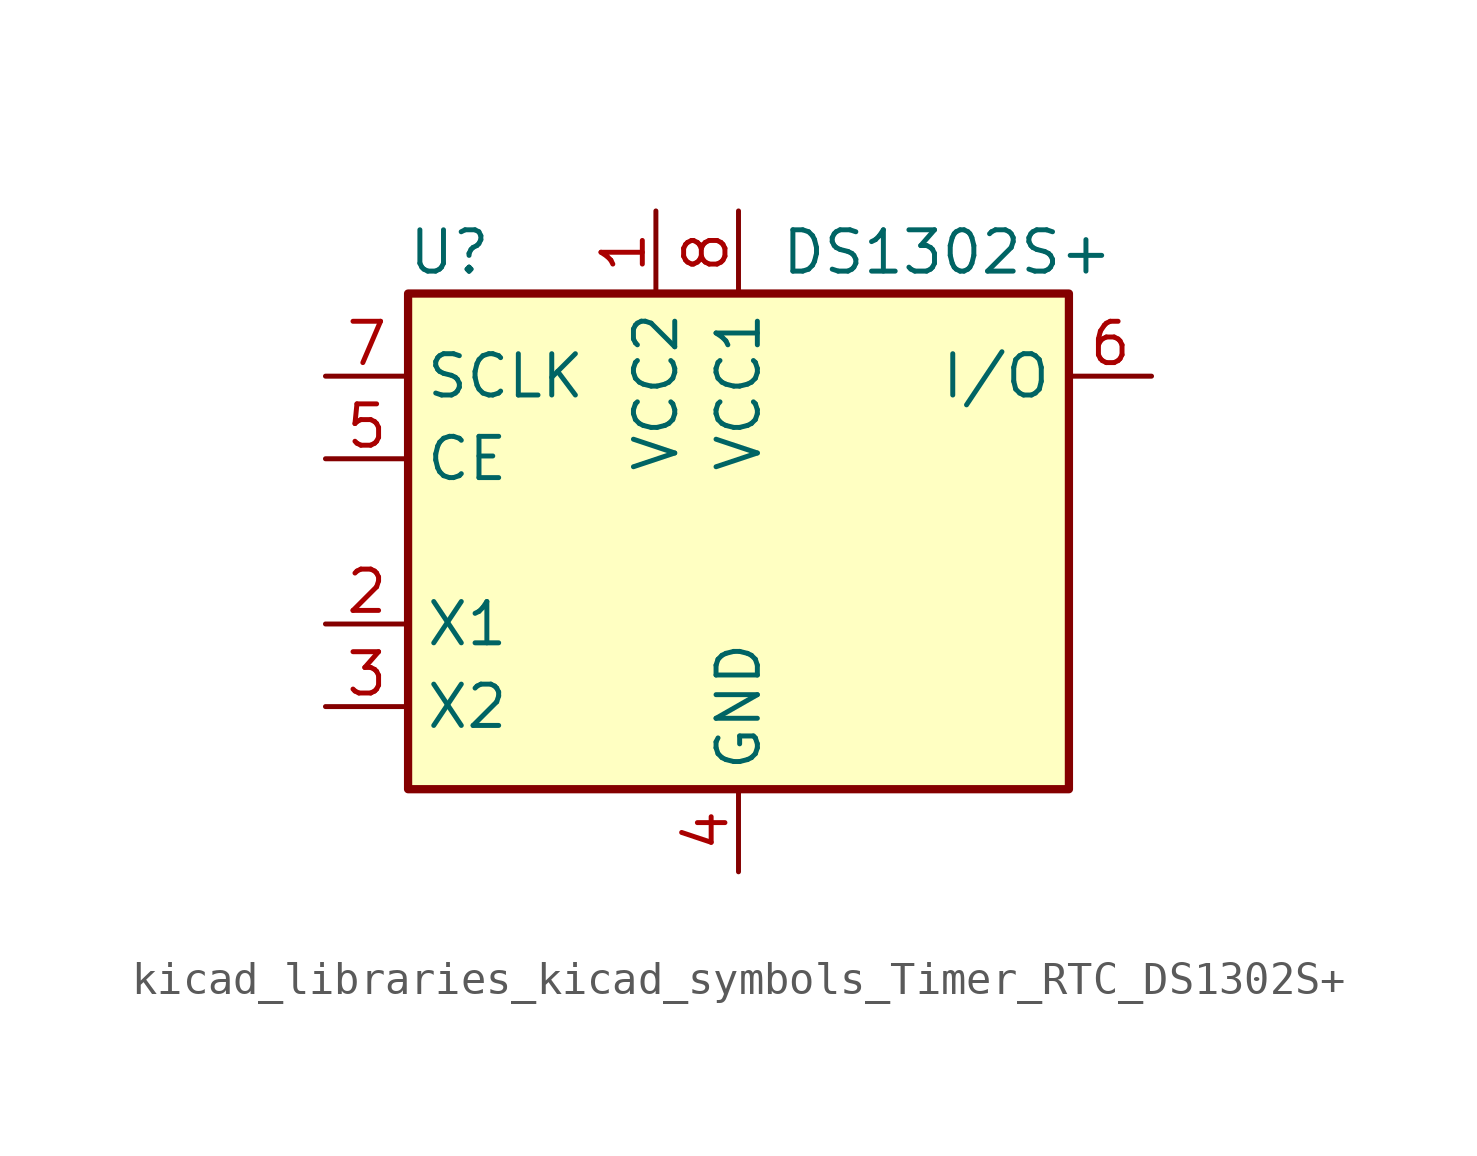
<source format=kicad_sym>
(kicad_symbol_lib
  (version 20220914)
  (generator kicad_symbol_editor)
  (symbol "kicad_libraries_kicad_symbols_Timer_RTC_DS1302S+"
    (property "Reference" "U"
      (at -8.89 8.89 0)
      (effects (font (size 1.27 1.27))))
    (property "Value" "DS1302S+"
      (at 1.27 8.89 0)
      (effects (font (size 1.27 1.27)) (justify left)))
    (symbol "kicad_libraries_kicad_symbols_Timer_RTC_DS1302S+_1_1"
      (rectangle (start -10.16 7.62) (end 10.16 -7.62) (stroke (width 0.254) (type default)) (fill (type background)))
      (pin power_in line (at -2.54 10.16 270) (length 2.54) (name "VCC2" (effects (font (size 1.27 1.27)))) (number "1" (effects (font (size 1.27 1.27)))))
      (pin input line (at -12.7 -2.54 0) (length 2.54) (name "X1" (effects (font (size 1.27 1.27)))) (number "2" (effects (font (size 1.27 1.27)))))
      (pin input line (at -12.7 -5.08 0) (length 2.54) (name "X2" (effects (font (size 1.27 1.27)))) (number "3" (effects (font (size 1.27 1.27)))))
      (pin power_in line (at 0 -10.16 90) (length 2.54) (name "GND" (effects (font (size 1.27 1.27)))) (number "4" (effects (font (size 1.27 1.27)))))
      (pin input line (at -12.7 2.54 0) (length 2.54) (name "CE" (effects (font (size 1.27 1.27)))) (number "5" (effects (font (size 1.27 1.27)))))
      (pin bidirectional line (at 12.7 5.08 180) (length 2.54) (name "I/O" (effects (font (size 1.27 1.27)))) (number "6" (effects (font (size 1.27 1.27)))))
      (pin input line (at -12.7 5.08 0) (length 2.54) (name "SCLK" (effects (font (size 1.27 1.27)))) (number "7" (effects (font (size 1.27 1.27)))))
      (pin power_in line (at 0 10.16 270) (length 2.54) (name "VCC1" (effects (font (size 1.27 1.27)))) (number "8" (effects (font (size 1.27 1.27))))))))
</source>
